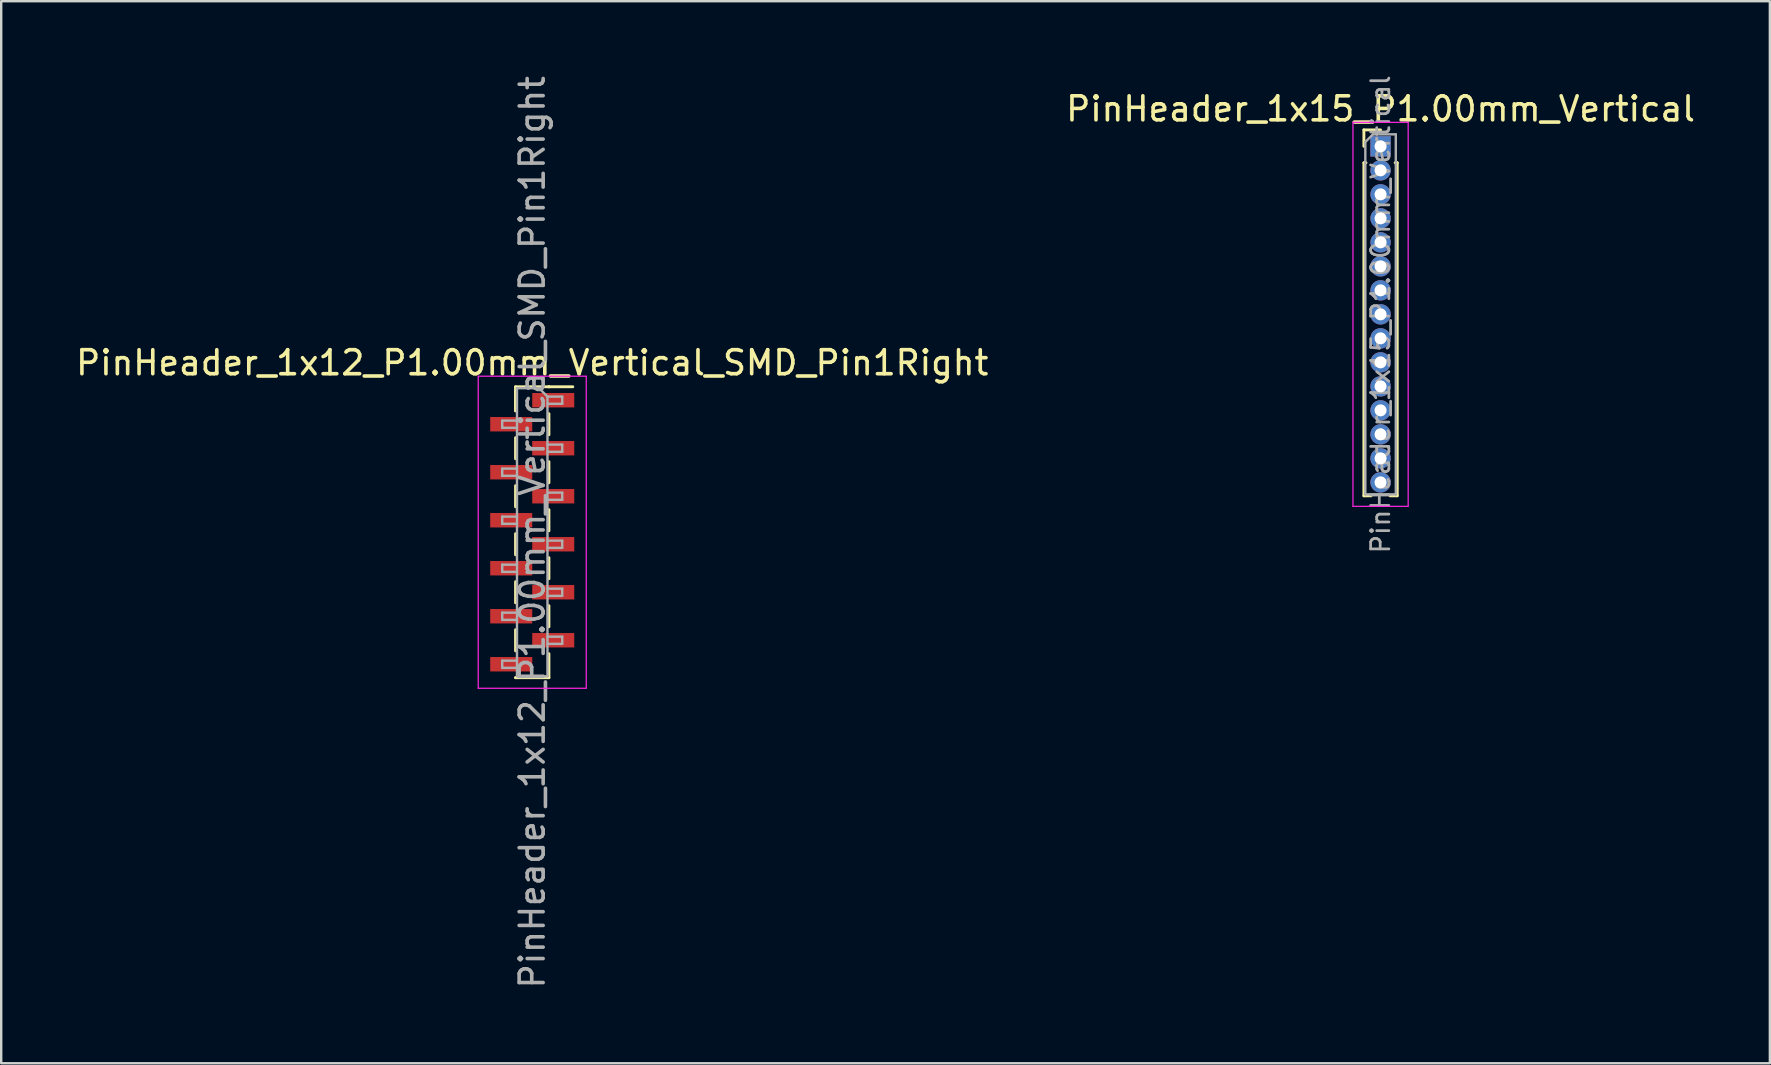
<source format=kicad_pcb>
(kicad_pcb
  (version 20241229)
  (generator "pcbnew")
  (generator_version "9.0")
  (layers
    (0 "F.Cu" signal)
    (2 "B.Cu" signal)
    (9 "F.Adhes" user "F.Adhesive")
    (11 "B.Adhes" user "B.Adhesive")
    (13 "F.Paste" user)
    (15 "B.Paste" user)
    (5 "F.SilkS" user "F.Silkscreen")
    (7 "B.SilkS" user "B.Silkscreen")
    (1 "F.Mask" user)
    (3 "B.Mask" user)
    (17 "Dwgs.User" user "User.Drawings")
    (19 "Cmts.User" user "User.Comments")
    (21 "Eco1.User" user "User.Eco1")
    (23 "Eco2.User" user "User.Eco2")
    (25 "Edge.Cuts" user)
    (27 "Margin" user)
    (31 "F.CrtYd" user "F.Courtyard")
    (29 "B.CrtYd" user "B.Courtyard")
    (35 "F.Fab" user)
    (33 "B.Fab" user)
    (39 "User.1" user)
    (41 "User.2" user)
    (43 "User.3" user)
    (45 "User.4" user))
  (footprint "PinHeader_1x15_P1.00mm_Vertical"
    (layer "F.Cu")
    (at 54.47 3.047)
    (property "Reference" "PinHeader_1x15_P1.00mm_Vertical" (at 0 -1.56 0) (layer "F.SilkS") (effects (font (size 1 1) (thickness 0.15))))
    (attr through_hole)
    (fp_line (start -0.695 -0.685) (end 0 -0.685) (stroke (width 0.12) (type solid)) (layer "F.SilkS"))
    (fp_line (start -0.695 0) (end -0.695 -0.685) (stroke (width 0.12) (type solid)) (layer "F.SilkS"))
    (fp_line (start -0.695 0.685) (end -0.695 14.56) (stroke (width 0.12) (type solid)) (layer "F.SilkS"))
    (fp_line (start -0.695 0.685) (end -0.608 0.685) (stroke (width 0.12) (type solid)) (layer "F.SilkS"))
    (fp_line (start -0.695 14.56) (end -0.394 14.56) (stroke (width 0.12) (type solid)) (layer "F.SilkS"))
    (fp_line (start 0.394 14.56) (end 0.695 14.56) (stroke (width 0.12) (type solid)) (layer "F.SilkS"))
    (fp_line (start 0.608 0.685) (end 0.695 0.685) (stroke (width 0.12) (type solid)) (layer "F.SilkS"))
    (fp_line (start 0.695 0.685) (end 0.695 14.56) (stroke (width 0.12) (type solid)) (layer "F.SilkS"))
    (fp_line (start -1.15 -1) (end -1.15 15) (stroke (width 0.05) (type solid)) (layer "F.CrtYd"))
    (fp_line (start -1.15 15) (end 1.15 15) (stroke (width 0.05) (type solid)) (layer "F.CrtYd"))
    (fp_line (start 1.15 -1) (end -1.15 -1) (stroke (width 0.05) (type solid)) (layer "F.CrtYd"))
    (fp_line (start 1.15 15) (end 1.15 -1) (stroke (width 0.05) (type solid)) (layer "F.CrtYd"))
    (fp_line (start -0.635 -0.182) (end -0.318 -0.5) (stroke (width 0.1) (type solid)) (layer "F.Fab"))
    (fp_line (start -0.635 14.5) (end -0.635 -0.182) (stroke (width 0.1) (type solid)) (layer "F.Fab"))
    (fp_line (start -0.318 -0.5) (end 0.635 -0.5) (stroke (width 0.1) (type solid)) (layer "F.Fab"))
    (fp_line (start 0.635 -0.5) (end 0.635 14.5) (stroke (width 0.1) (type solid)) (layer "F.Fab"))
    (fp_line (start 0.635 14.5) (end -0.635 14.5) (stroke (width 0.1) (type solid)) (layer "F.Fab"))
    (fp_text user "${REFERENCE}" (at 0 7 90) (layer "F.Fab") (effects (font (size 0.76 0.76) (thickness 0.114))))
    (pad "1" thru_hole rect (at 0 0) (size 0.85 0.85) (drill 0.5) (layers "*.Cu" "*.Mask"))
    (pad "2" thru_hole oval (at 0 1) (size 0.85 0.85) (drill 0.5) (layers "*.Cu" "*.Mask"))
    (pad "3" thru_hole oval (at 0 2) (size 0.85 0.85) (drill 0.5) (layers "*.Cu" "*.Mask"))
    (pad "4" thru_hole oval (at 0 3) (size 0.85 0.85) (drill 0.5) (layers "*.Cu" "*.Mask"))
    (pad "5" thru_hole oval (at 0 4) (size 0.85 0.85) (drill 0.5) (layers "*.Cu" "*.Mask"))
    (pad "6" thru_hole oval (at 0 5) (size 0.85 0.85) (drill 0.5) (layers "*.Cu" "*.Mask"))
    (pad "7" thru_hole oval (at 0 6) (size 0.85 0.85) (drill 0.5) (layers "*.Cu" "*.Mask"))
    (pad "8" thru_hole oval (at 0 7) (size 0.85 0.85) (drill 0.5) (layers "*.Cu" "*.Mask"))
    (pad "9" thru_hole oval (at 0 8) (size 0.85 0.85) (drill 0.5) (layers "*.Cu" "*.Mask"))
    (pad "10" thru_hole oval (at 0 9) (size 0.85 0.85) (drill 0.5) (layers "*.Cu" "*.Mask"))
    (pad "11" thru_hole oval (at 0 10) (size 0.85 0.85) (drill 0.5) (layers "*.Cu" "*.Mask"))
    (pad "12" thru_hole oval (at 0 11) (size 0.85 0.85) (drill 0.5) (layers "*.Cu" "*.Mask"))
    (pad "13" thru_hole oval (at 0 12) (size 0.85 0.85) (drill 0.5) (layers "*.Cu" "*.Mask"))
    (pad "14" thru_hole oval (at 0 13) (size 0.85 0.85) (drill 0.5) (layers "*.Cu" "*.Mask"))
    (pad "15" thru_hole oval (at 0 14) (size 0.85 0.85) (drill 0.5) (layers "*.Cu" "*.Mask")))
  (footprint "PinHeader_1x12_P1.00mm_Vertical_SMD_Pin1Right"
    (layer "F.Cu")
    (at 19.125 19.125)
    (property "Reference" "PinHeader_1x12_P1.00mm_Vertical_SMD_Pin1Right" (at 0 -7.06 0) (layer "F.SilkS") (effects (font (size 1 1) (thickness 0.15))))
    (attr smd)
    (fp_line (start -0.695 -6.06) (end -0.695 -5.06) (stroke (width 0.12) (type solid)) (layer "F.SilkS"))
    (fp_line (start -0.695 -6.06) (end 0.695 -6.06) (stroke (width 0.12) (type solid)) (layer "F.SilkS"))
    (fp_line (start -0.695 -5.94) (end -0.695 -5.06) (stroke (width 0.12) (type solid)) (layer "F.SilkS"))
    (fp_line (start -0.695 -3.94) (end -0.695 -3.06) (stroke (width 0.12) (type solid)) (layer "F.SilkS"))
    (fp_line (start -0.695 -1.94) (end -0.695 -1.06) (stroke (width 0.12) (type solid)) (layer "F.SilkS"))
    (fp_line (start -0.695 0.06) (end -0.695 0.94) (stroke (width 0.12) (type solid)) (layer "F.SilkS"))
    (fp_line (start -0.695 2.06) (end -0.695 2.94) (stroke (width 0.12) (type solid)) (layer "F.SilkS"))
    (fp_line (start -0.695 4.06) (end -0.695 4.94) (stroke (width 0.12) (type solid)) (layer "F.SilkS"))
    (fp_line (start -0.695 6.06) (end -0.695 6.06) (stroke (width 0.12) (type solid)) (layer "F.SilkS"))
    (fp_line (start -0.695 6.06) (end 0.695 6.06) (stroke (width 0.12) (type solid)) (layer "F.SilkS"))
    (fp_line (start 0.695 -6.06) (end 0.695 -6.06) (stroke (width 0.12) (type solid)) (layer "F.SilkS"))
    (fp_line (start 0.695 -6.06) (end 1.69 -6.06) (stroke (width 0.12) (type solid)) (layer "F.SilkS"))
    (fp_line (start 0.695 -4.94) (end 0.695 -4.06) (stroke (width 0.12) (type solid)) (layer "F.SilkS"))
    (fp_line (start 0.695 -2.94) (end 0.695 -2.06) (stroke (width 0.12) (type solid)) (layer "F.SilkS"))
    (fp_line (start 0.695 -0.94) (end 0.695 -0.06) (stroke (width 0.12) (type solid)) (layer "F.SilkS"))
    (fp_line (start 0.695 1.06) (end 0.695 1.94) (stroke (width 0.12) (type solid)) (layer "F.SilkS"))
    (fp_line (start 0.695 3.06) (end 0.695 3.94) (stroke (width 0.12) (type solid)) (layer "F.SilkS"))
    (fp_line (start 0.695 5.06) (end 0.695 6.06) (stroke (width 0.12) (type solid)) (layer "F.SilkS"))
    (fp_line (start -2.25 -6.5) (end -2.25 6.5) (stroke (width 0.05) (type solid)) (layer "F.CrtYd"))
    (fp_line (start -2.25 6.5) (end 2.25 6.5) (stroke (width 0.05) (type solid)) (layer "F.CrtYd"))
    (fp_line (start 2.25 -6.5) (end -2.25 -6.5) (stroke (width 0.05) (type solid)) (layer "F.CrtYd"))
    (fp_line (start 2.25 6.5) (end 2.25 -6.5) (stroke (width 0.05) (type solid)) (layer "F.CrtYd"))
    (fp_line (start -1.25 -4.65) (end -1.25 -4.35) (stroke (width 0.1) (type solid)) (layer "F.Fab"))
    (fp_line (start -1.25 -4.35) (end -0.635 -4.35) (stroke (width 0.1) (type solid)) (layer "F.Fab"))
    (fp_line (start -1.25 -2.65) (end -1.25 -2.35) (stroke (width 0.1) (type solid)) (layer "F.Fab"))
    (fp_line (start -1.25 -2.35) (end -0.635 -2.35) (stroke (width 0.1) (type solid)) (layer "F.Fab"))
    (fp_line (start -1.25 -0.65) (end -1.25 -0.35) (stroke (width 0.1) (type solid)) (layer "F.Fab"))
    (fp_line (start -1.25 -0.35) (end -0.635 -0.35) (stroke (width 0.1) (type solid)) (layer "F.Fab"))
    (fp_line (start -1.25 1.35) (end -1.25 1.65) (stroke (width 0.1) (type solid)) (layer "F.Fab"))
    (fp_line (start -1.25 1.65) (end -0.635 1.65) (stroke (width 0.1) (type solid)) (layer "F.Fab"))
    (fp_line (start -1.25 3.35) (end -1.25 3.65) (stroke (width 0.1) (type solid)) (layer "F.Fab"))
    (fp_line (start -1.25 3.65) (end -0.635 3.65) (stroke (width 0.1) (type solid)) (layer "F.Fab"))
    (fp_line (start -1.25 5.35) (end -1.25 5.65) (stroke (width 0.1) (type solid)) (layer "F.Fab"))
    (fp_line (start -1.25 5.65) (end -0.635 5.65) (stroke (width 0.1) (type solid)) (layer "F.Fab"))
    (fp_line (start -0.635 -6) (end -0.635 6) (stroke (width 0.1) (type solid)) (layer "F.Fab"))
    (fp_line (start -0.635 -6) (end 0.285 -6) (stroke (width 0.1) (type solid)) (layer "F.Fab"))
    (fp_line (start -0.635 -4.65) (end -1.25 -4.65) (stroke (width 0.1) (type solid)) (layer "F.Fab"))
    (fp_line (start -0.635 -2.65) (end -1.25 -2.65) (stroke (width 0.1) (type solid)) (layer "F.Fab"))
    (fp_line (start -0.635 -0.65) (end -1.25 -0.65) (stroke (width 0.1) (type solid)) (layer "F.Fab"))
    (fp_line (start -0.635 1.35) (end -1.25 1.35) (stroke (width 0.1) (type solid)) (layer "F.Fab"))
    (fp_line (start -0.635 3.35) (end -1.25 3.35) (stroke (width 0.1) (type solid)) (layer "F.Fab"))
    (fp_line (start -0.635 5.35) (end -1.25 5.35) (stroke (width 0.1) (type solid)) (layer "F.Fab"))
    (fp_line (start 0.635 -5.65) (end 0.285 -6) (stroke (width 0.1) (type solid)) (layer "F.Fab"))
    (fp_line (start 0.635 -5.65) (end 1.25 -5.65) (stroke (width 0.1) (type solid)) (layer "F.Fab"))
    (fp_line (start 0.635 -3.65) (end 1.25 -3.65) (stroke (width 0.1) (type solid)) (layer "F.Fab"))
    (fp_line (start 0.635 -1.65) (end 1.25 -1.65) (stroke (width 0.1) (type solid)) (layer "F.Fab"))
    (fp_line (start 0.635 0.35) (end 1.25 0.35) (stroke (width 0.1) (type solid)) (layer "F.Fab"))
    (fp_line (start 0.635 2.35) (end 1.25 2.35) (stroke (width 0.1) (type solid)) (layer "F.Fab"))
    (fp_line (start 0.635 4.35) (end 1.25 4.35) (stroke (width 0.1) (type solid)) (layer "F.Fab"))
    (fp_line (start 0.635 6) (end -0.635 6) (stroke (width 0.1) (type solid)) (layer "F.Fab"))
    (fp_line (start 0.635 6) (end 0.635 -5.65) (stroke (width 0.1) (type solid)) (layer "F.Fab"))
    (fp_line (start 1.25 -5.65) (end 1.25 -5.35) (stroke (width 0.1) (type solid)) (layer "F.Fab"))
    (fp_line (start 1.25 -5.35) (end 0.635 -5.35) (stroke (width 0.1) (type solid)) (layer "F.Fab"))
    (fp_line (start 1.25 -3.65) (end 1.25 -3.35) (stroke (width 0.1) (type solid)) (layer "F.Fab"))
    (fp_line (start 1.25 -3.35) (end 0.635 -3.35) (stroke (width 0.1) (type solid)) (layer "F.Fab"))
    (fp_line (start 1.25 -1.65) (end 1.25 -1.35) (stroke (width 0.1) (type solid)) (layer "F.Fab"))
    (fp_line (start 1.25 -1.35) (end 0.635 -1.35) (stroke (width 0.1) (type solid)) (layer "F.Fab"))
    (fp_line (start 1.25 0.35) (end 1.25 0.65) (stroke (width 0.1) (type solid)) (layer "F.Fab"))
    (fp_line (start 1.25 0.65) (end 0.635 0.65) (stroke (width 0.1) (type solid)) (layer "F.Fab"))
    (fp_line (start 1.25 2.35) (end 1.25 2.65) (stroke (width 0.1) (type solid)) (layer "F.Fab"))
    (fp_line (start 1.25 2.65) (end 0.635 2.65) (stroke (width 0.1) (type solid)) (layer "F.Fab"))
    (fp_line (start 1.25 4.35) (end 1.25 4.65) (stroke (width 0.1) (type solid)) (layer "F.Fab"))
    (fp_line (start 1.25 4.65) (end 0.635 4.65) (stroke (width 0.1) (type solid)) (layer "F.Fab"))
    (fp_text user "${REFERENCE}" (at 0 0 90) (layer "F.Fab") (effects (font (size 1 1) (thickness 0.15))))
    (pad "1" smd rect (at 0.875 -5.5) (size 1.75 0.6) (layers "F.Cu" "F.Mask" "F.Paste"))
    (pad "2" smd rect (at -0.875 -4.5) (size 1.75 0.6) (layers "F.Cu" "F.Mask" "F.Paste"))
    (pad "3" smd rect (at 0.875 -3.5) (size 1.75 0.6) (layers "F.Cu" "F.Mask" "F.Paste"))
    (pad "4" smd rect (at -0.875 -2.5) (size 1.75 0.6) (layers "F.Cu" "F.Mask" "F.Paste"))
    (pad "5" smd rect (at 0.875 -1.5) (size 1.75 0.6) (layers "F.Cu" "F.Mask" "F.Paste"))
    (pad "6" smd rect (at -0.875 -0.5) (size 1.75 0.6) (layers "F.Cu" "F.Mask" "F.Paste"))
    (pad "7" smd rect (at 0.875 0.5) (size 1.75 0.6) (layers "F.Cu" "F.Mask" "F.Paste"))
    (pad "8" smd rect (at -0.875 1.5) (size 1.75 0.6) (layers "F.Cu" "F.Mask" "F.Paste"))
    (pad "9" smd rect (at 0.875 2.5) (size 1.75 0.6) (layers "F.Cu" "F.Mask" "F.Paste"))
    (pad "10" smd rect (at -0.875 3.5) (size 1.75 0.6) (layers "F.Cu" "F.Mask" "F.Paste"))
    (pad "11" smd rect (at 0.875 4.5) (size 1.75 0.6) (layers "F.Cu" "F.Mask" "F.Paste"))
    (pad "12" smd rect (at -0.875 5.5) (size 1.75 0.6) (layers "F.Cu" "F.Mask" "F.Paste")))
  (gr_rect
    (start -3 -3)
    (end 70.69 41.25)
    (stroke (width 0.1) (type default))
    (fill no)
    (layer "Edge.Cuts")))
</source>
